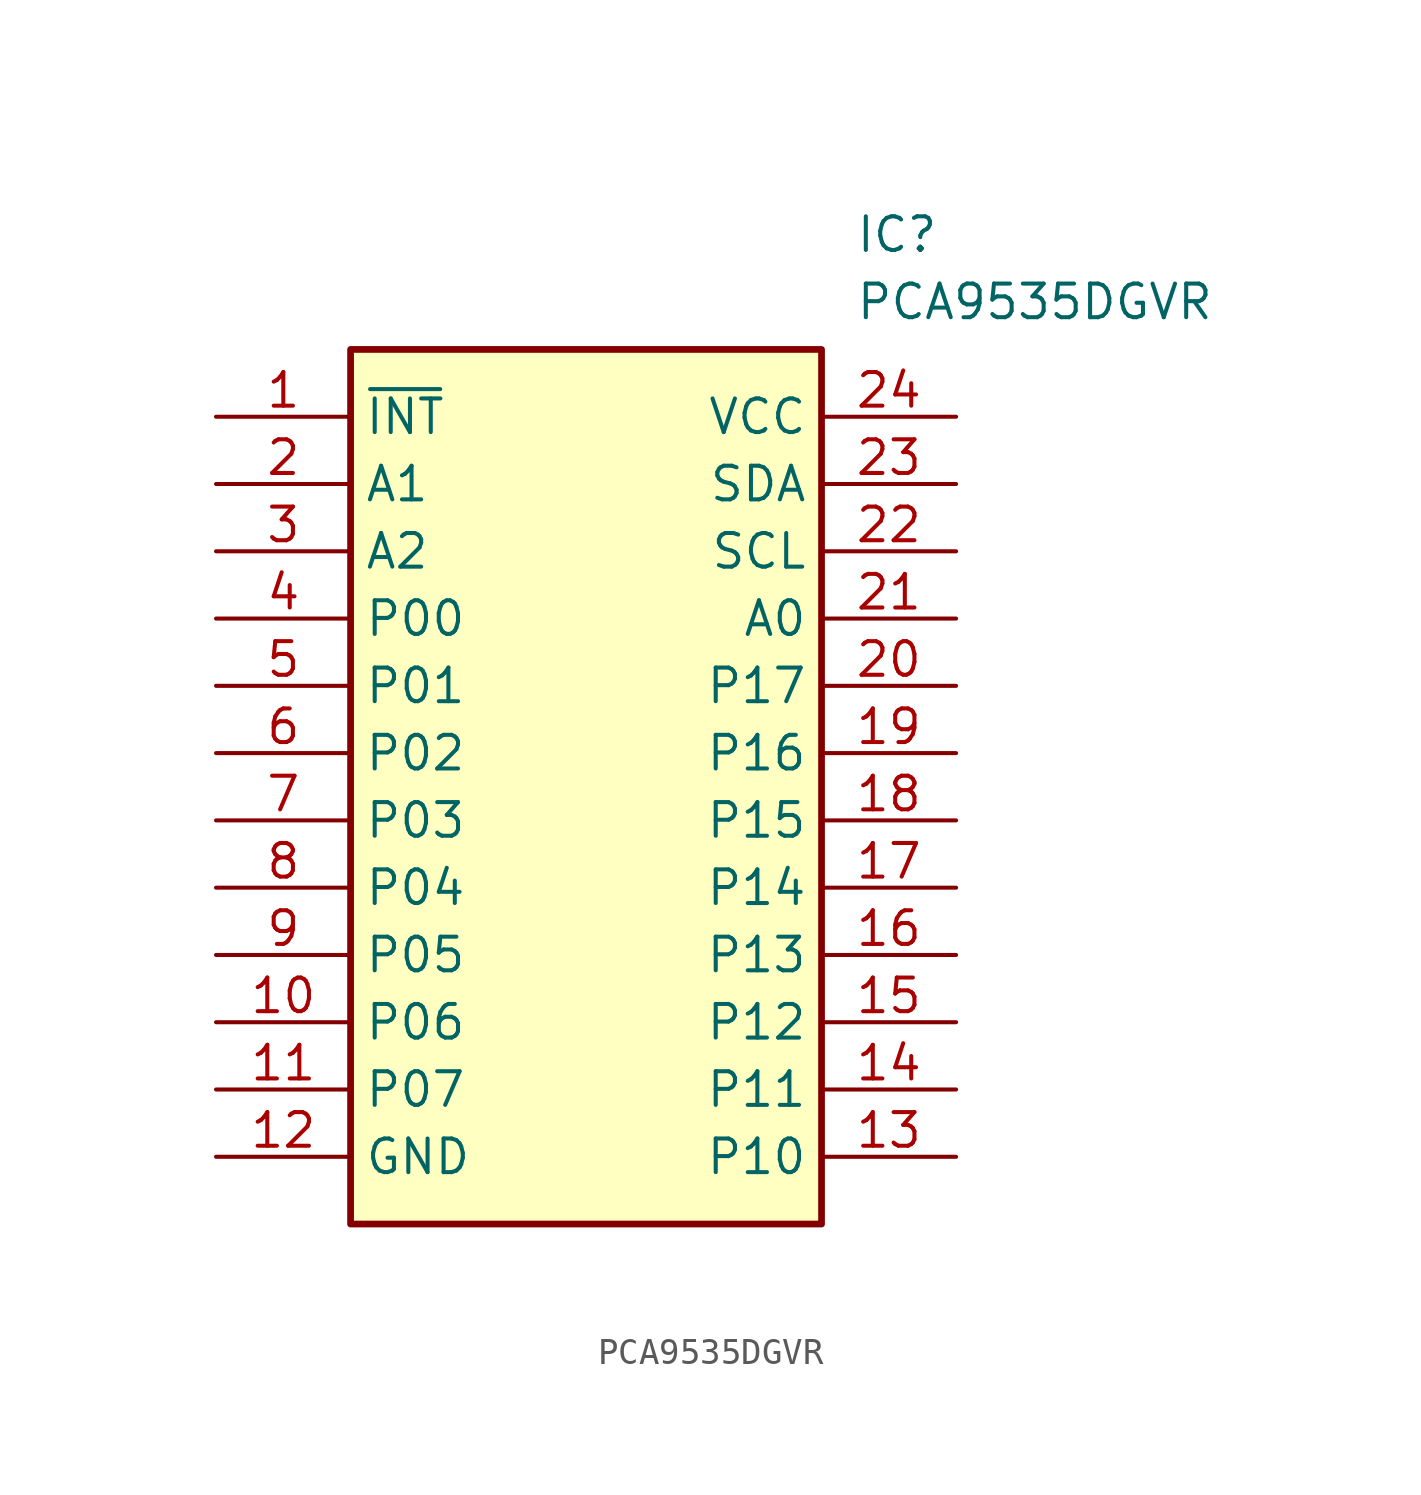
<source format=kicad_sym>
(kicad_symbol_lib
  (version 20211014)
  (generator SamacSys_ECAD_Model)
  (symbol "PCA9535DGVR"
    (property "Reference" "IC"
      (at 24.13 7.62 0)
      (effects (font (size 1.27 1.27)) (justify left top)))
    (property "Value" "PCA9535DGVR"
      (at 24.13 5.08 0)
      (effects (font (size 1.27 1.27)) (justify left top)))
    (rectangle
      (start 5.08 2.54)
      (end 22.86 -30.48)
      (stroke (width 0.254) (type default))
      (fill (type background)))
    (pin passive line
      (at 0 0 0)
      (length 5.08)
      (name "~{INT}" (effects (font (size 1.27 1.27))))
      (number "1" (effects (font (size 1.27 1.27)))))
    (pin passive line
      (at 0 -2.54 0)
      (length 5.08)
      (name "A1" (effects (font (size 1.27 1.27))))
      (number "2" (effects (font (size 1.27 1.27)))))
    (pin passive line
      (at 0 -5.08 0)
      (length 5.08)
      (name "A2" (effects (font (size 1.27 1.27))))
      (number "3" (effects (font (size 1.27 1.27)))))
    (pin passive line
      (at 0 -7.62 0)
      (length 5.08)
      (name "P00" (effects (font (size 1.27 1.27))))
      (number "4" (effects (font (size 1.27 1.27)))))
    (pin passive line
      (at 0 -10.16 0)
      (length 5.08)
      (name "P01" (effects (font (size 1.27 1.27))))
      (number "5" (effects (font (size 1.27 1.27)))))
    (pin passive line
      (at 0 -12.7 0)
      (length 5.08)
      (name "P02" (effects (font (size 1.27 1.27))))
      (number "6" (effects (font (size 1.27 1.27)))))
    (pin passive line
      (at 0 -15.24 0)
      (length 5.08)
      (name "P03" (effects (font (size 1.27 1.27))))
      (number "7" (effects (font (size 1.27 1.27)))))
    (pin passive line
      (at 0 -17.78 0)
      (length 5.08)
      (name "P04" (effects (font (size 1.27 1.27))))
      (number "8" (effects (font (size 1.27 1.27)))))
    (pin passive line
      (at 0 -20.32 0)
      (length 5.08)
      (name "P05" (effects (font (size 1.27 1.27))))
      (number "9" (effects (font (size 1.27 1.27)))))
    (pin passive line
      (at 0 -22.86 0)
      (length 5.08)
      (name "P06" (effects (font (size 1.27 1.27))))
      (number "10" (effects (font (size 1.27 1.27)))))
    (pin passive line
      (at 0 -25.4 0)
      (length 5.08)
      (name "P07" (effects (font (size 1.27 1.27))))
      (number "11" (effects (font (size 1.27 1.27)))))
    (pin passive line
      (at 0 -27.94 0)
      (length 5.08)
      (name "GND" (effects (font (size 1.27 1.27))))
      (number "12" (effects (font (size 1.27 1.27)))))
    (pin passive line
      (at 27.94 0 180)
      (length 5.08)
      (name "VCC" (effects (font (size 1.27 1.27))))
      (number "24" (effects (font (size 1.27 1.27)))))
    (pin passive line
      (at 27.94 -2.54 180)
      (length 5.08)
      (name "SDA" (effects (font (size 1.27 1.27))))
      (number "23" (effects (font (size 1.27 1.27)))))
    (pin passive line
      (at 27.94 -5.08 180)
      (length 5.08)
      (name "SCL" (effects (font (size 1.27 1.27))))
      (number "22" (effects (font (size 1.27 1.27)))))
    (pin passive line
      (at 27.94 -7.62 180)
      (length 5.08)
      (name "A0" (effects (font (size 1.27 1.27))))
      (number "21" (effects (font (size 1.27 1.27)))))
    (pin passive line
      (at 27.94 -10.16 180)
      (length 5.08)
      (name "P17" (effects (font (size 1.27 1.27))))
      (number "20" (effects (font (size 1.27 1.27)))))
    (pin passive line
      (at 27.94 -12.7 180)
      (length 5.08)
      (name "P16" (effects (font (size 1.27 1.27))))
      (number "19" (effects (font (size 1.27 1.27)))))
    (pin passive line
      (at 27.94 -15.24 180)
      (length 5.08)
      (name "P15" (effects (font (size 1.27 1.27))))
      (number "18" (effects (font (size 1.27 1.27)))))
    (pin passive line
      (at 27.94 -17.78 180)
      (length 5.08)
      (name "P14" (effects (font (size 1.27 1.27))))
      (number "17" (effects (font (size 1.27 1.27)))))
    (pin passive line
      (at 27.94 -20.32 180)
      (length 5.08)
      (name "P13" (effects (font (size 1.27 1.27))))
      (number "16" (effects (font (size 1.27 1.27)))))
    (pin passive line
      (at 27.94 -22.86 180)
      (length 5.08)
      (name "P12" (effects (font (size 1.27 1.27))))
      (number "15" (effects (font (size 1.27 1.27)))))
    (pin passive line
      (at 27.94 -25.4 180)
      (length 5.08)
      (name "P11" (effects (font (size 1.27 1.27))))
      (number "14" (effects (font (size 1.27 1.27)))))
    (pin passive line
      (at 27.94 -27.94 180)
      (length 5.08)
      (name "P10" (effects (font (size 1.27 1.27))))
      (number "13" (effects (font (size 1.27 1.27)))))))
</source>
